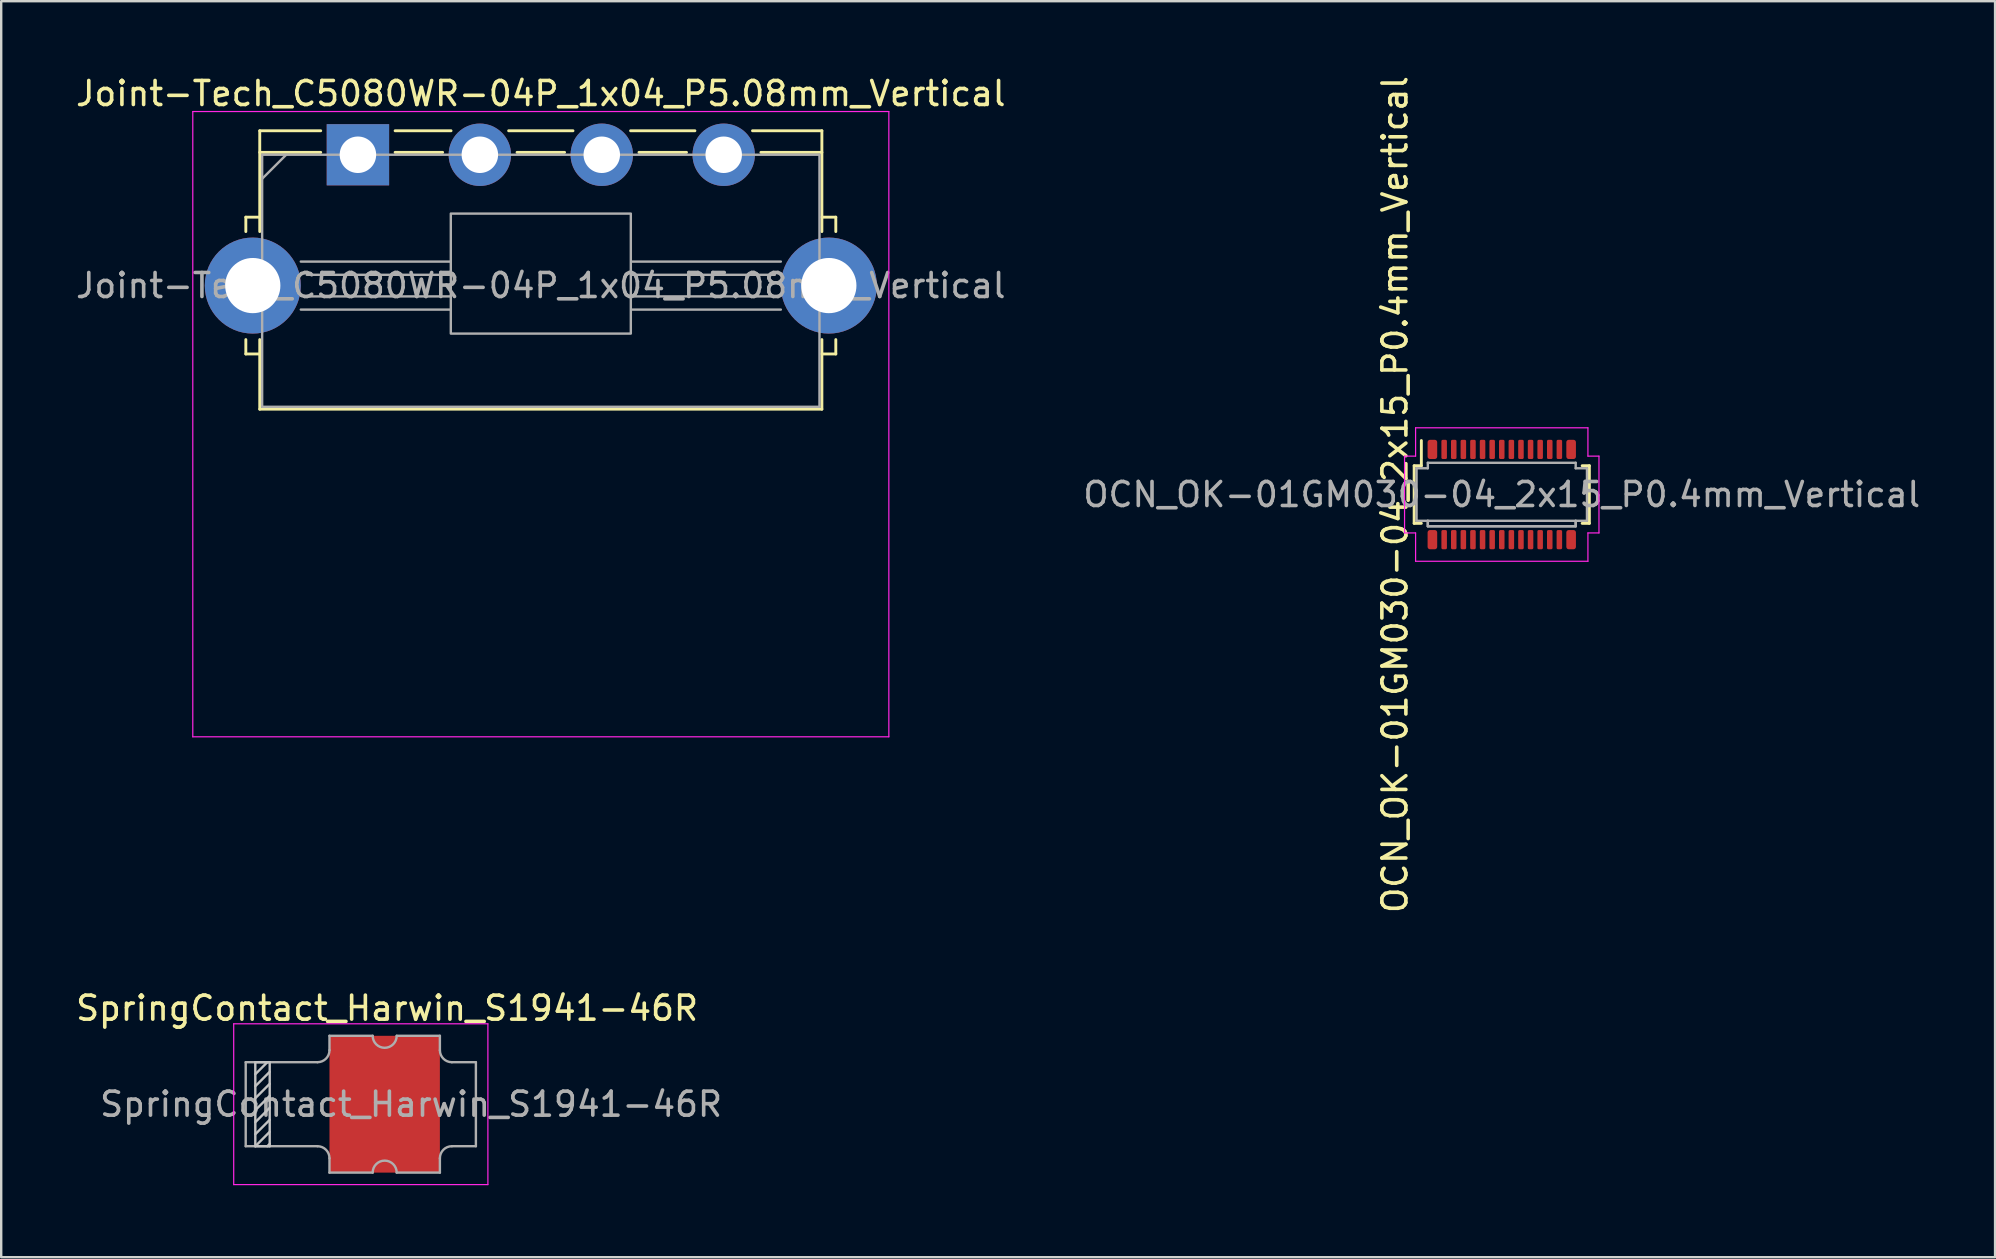
<source format=kicad_pcb>
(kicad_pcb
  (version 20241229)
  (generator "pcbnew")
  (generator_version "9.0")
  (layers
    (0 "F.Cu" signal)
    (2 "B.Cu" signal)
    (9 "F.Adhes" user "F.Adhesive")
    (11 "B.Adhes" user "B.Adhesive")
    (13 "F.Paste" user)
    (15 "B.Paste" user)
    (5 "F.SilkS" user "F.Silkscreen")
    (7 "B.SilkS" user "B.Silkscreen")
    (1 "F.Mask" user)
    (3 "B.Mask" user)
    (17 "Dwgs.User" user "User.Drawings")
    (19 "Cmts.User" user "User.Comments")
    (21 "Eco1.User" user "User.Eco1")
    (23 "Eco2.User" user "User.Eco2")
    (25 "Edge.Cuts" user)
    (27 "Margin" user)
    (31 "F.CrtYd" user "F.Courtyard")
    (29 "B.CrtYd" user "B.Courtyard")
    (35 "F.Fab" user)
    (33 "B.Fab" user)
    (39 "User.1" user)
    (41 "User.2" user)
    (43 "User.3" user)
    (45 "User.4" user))
  (footprint "OCN_OK-01GM030-04_2x15_P0.4mm_Vertical"
    (layer "F.Cu")
    (at 59.518 17.554)
    (property "Reference" "OCN_OK-01GM030-04_2x15_P0.4mm_Vertical" (at -4.45 0 90) (unlocked yes) (layer "F.SilkS") (effects (font (size 1 1) (thickness 0.15))))
    (attr smd)
    (fp_line (start -3.65 -1.2) (end -3.65 1.2) (stroke (width 0.12) (type default)) (layer "F.SilkS"))
    (fp_line (start -3.65 -1.2) (end -3.35 -1.2) (stroke (width 0.12) (type default)) (layer "F.SilkS"))
    (fp_line (start -3.65 1.2) (end -3.35 1.2) (stroke (width 0.12) (type default)) (layer "F.SilkS"))
    (fp_line (start -3.35 -1.2) (end -3.35 -2.25) (stroke (width 0.12) (type default)) (layer "F.SilkS"))
    (fp_line (start 3.65 -1.2) (end 3.35 -1.2) (stroke (width 0.12) (type default)) (layer "F.SilkS"))
    (fp_line (start 3.65 1.2) (end 3.35 1.2) (stroke (width 0.12) (type default)) (layer "F.SilkS"))
    (fp_line (start 3.65 1.2) (end 3.65 -1.2) (stroke (width 0.12) (type default)) (layer "F.SilkS"))
    (fp_line (start -4.05 -1.6) (end -3.59 -1.6) (stroke (width 0.05) (type default)) (layer "F.CrtYd"))
    (fp_line (start -4.05 1.6) (end -4.05 -1.6) (stroke (width 0.05) (type default)) (layer "F.CrtYd"))
    (fp_line (start -3.59 -2.78) (end 3.59 -2.78) (stroke (width 0.05) (type default)) (layer "F.CrtYd"))
    (fp_line (start -3.59 -1.6) (end -3.59 -2.78) (stroke (width 0.05) (type default)) (layer "F.CrtYd"))
    (fp_line (start -3.59 1.6) (end -4.05 1.6) (stroke (width 0.05) (type default)) (layer "F.CrtYd"))
    (fp_line (start -3.59 2.78) (end -3.59 1.6) (stroke (width 0.05) (type default)) (layer "F.CrtYd"))
    (fp_line (start 3.59 -2.78) (end 3.59 -1.6) (stroke (width 0.05) (type default)) (layer "F.CrtYd"))
    (fp_line (start 3.59 -1.6) (end 4.05 -1.6) (stroke (width 0.05) (type default)) (layer "F.CrtYd"))
    (fp_line (start 3.59 1.6) (end 3.59 2.78) (stroke (width 0.05) (type default)) (layer "F.CrtYd"))
    (fp_line (start 3.59 2.78) (end -3.59 2.78) (stroke (width 0.05) (type default)) (layer "F.CrtYd"))
    (fp_line (start 4.05 -1.6) (end 4.05 1.6) (stroke (width 0.05) (type default)) (layer "F.CrtYd"))
    (fp_line (start 4.05 1.6) (end 3.59 1.6) (stroke (width 0.05) (type default)) (layer "F.CrtYd"))
    (fp_line (start -3.55 -1.095) (end -3.08 -1.095) (stroke (width 0.1) (type default)) (layer "F.Fab"))
    (fp_line (start -3.55 1.095) (end -3.55 -1.095) (stroke (width 0.1) (type default)) (layer "F.Fab"))
    (fp_line (start -3.08 -1.323) (end 3.08 -1.323) (stroke (width 0.1) (type default)) (layer "F.Fab"))
    (fp_line (start -3.08 -1.095) (end -3.08 -1.323) (stroke (width 0.1) (type default)) (layer "F.Fab"))
    (fp_line (start -3.08 1.095) (end -3.55 1.095) (stroke (width 0.1) (type default)) (layer "F.Fab"))
    (fp_line (start -3.08 1.323) (end -3.08 1.095) (stroke (width 0.1) (type default)) (layer "F.Fab"))
    (fp_line (start 3.08 -1.323) (end 3.08 -1.095) (stroke (width 0.1) (type default)) (layer "F.Fab"))
    (fp_line (start 3.08 -1.095) (end 3.55 -1.095) (stroke (width 0.1) (type default)) (layer "F.Fab"))
    (fp_line (start 3.08 1.095) (end 3.08 1.323) (stroke (width 0.1) (type default)) (layer "F.Fab"))
    (fp_line (start 3.08 1.323) (end -3.08 1.323) (stroke (width 0.1) (type default)) (layer "F.Fab"))
    (fp_line (start 3.55 -1.095) (end 3.55 1.095) (stroke (width 0.1) (type default)) (layer "F.Fab"))
    (fp_line (start 3.55 1.095) (end 3.08 1.095) (stroke (width 0.1) (type default)) (layer "F.Fab"))
    (fp_rect (start -3.08 1.323) (end 3.08 1.095) (stroke (width 0.1) (type default)) (fill no) (layer "F.Fab"))
    (fp_text user "${REFERENCE}" (at 0 0 0) (unlocked yes) (layer "F.Fab") (effects (font (size 1 1) (thickness 0.15))))
    (pad "1" smd roundrect (at -2.89 -1.88) (size 0.4 0.8) (layers "F.Cu" "F.Mask" "F.Paste") (roundrect_rratio 0.25))
    (pad "2" smd roundrect (at -2.4 -1.88) (size 0.23 0.8) (layers "F.Cu" "F.Mask" "F.Paste") (roundrect_rratio 0.25))
    (pad "3" smd roundrect (at -2 -1.88) (size 0.23 0.8) (layers "F.Cu" "F.Mask" "F.Paste") (roundrect_rratio 0.25))
    (pad "4" smd roundrect (at -1.6 -1.88) (size 0.23 0.8) (layers "F.Cu" "F.Mask" "F.Paste") (roundrect_rratio 0.25))
    (pad "5" smd roundrect (at -1.2 -1.88) (size 0.23 0.8) (layers "F.Cu" "F.Mask" "F.Paste") (roundrect_rratio 0.25))
    (pad "6" smd roundrect (at -0.8 -1.88) (size 0.23 0.8) (layers "F.Cu" "F.Mask" "F.Paste") (roundrect_rratio 0.25))
    (pad "7" smd roundrect (at -0.4 -1.88) (size 0.23 0.8) (layers "F.Cu" "F.Mask" "F.Paste") (roundrect_rratio 0.25))
    (pad "8" smd roundrect (at 0 -1.88) (size 0.23 0.8) (layers "F.Cu" "F.Mask" "F.Paste") (roundrect_rratio 0.25))
    (pad "9" smd roundrect (at 0.4 -1.88) (size 0.23 0.8) (layers "F.Cu" "F.Mask" "F.Paste") (roundrect_rratio 0.25))
    (pad "10" smd roundrect (at 0.8 -1.88) (size 0.23 0.8) (layers "F.Cu" "F.Mask" "F.Paste") (roundrect_rratio 0.25))
    (pad "11" smd roundrect (at 1.2 -1.88) (size 0.23 0.8) (layers "F.Cu" "F.Mask" "F.Paste") (roundrect_rratio 0.25))
    (pad "12" smd roundrect (at 1.6 -1.88) (size 0.23 0.8) (layers "F.Cu" "F.Mask" "F.Paste") (roundrect_rratio 0.25))
    (pad "13" smd roundrect (at 2 -1.88) (size 0.23 0.8) (layers "F.Cu" "F.Mask" "F.Paste") (roundrect_rratio 0.25))
    (pad "14" smd roundrect (at 2.4 -1.88) (size 0.23 0.8) (layers "F.Cu" "F.Mask" "F.Paste") (roundrect_rratio 0.25))
    (pad "15" smd roundrect (at 2.89 -1.88) (size 0.4 0.8) (layers "F.Cu" "F.Mask" "F.Paste") (roundrect_rratio 0.25))
    (pad "16" smd roundrect (at 2.89 1.88) (size 0.4 0.8) (layers "F.Cu" "F.Mask" "F.Paste") (roundrect_rratio 0.25))
    (pad "17" smd roundrect (at 2.4 1.88) (size 0.23 0.8) (layers "F.Cu" "F.Mask" "F.Paste") (roundrect_rratio 0.25))
    (pad "18" smd roundrect (at 2 1.88) (size 0.23 0.8) (layers "F.Cu" "F.Mask" "F.Paste") (roundrect_rratio 0.25))
    (pad "19" smd roundrect (at 1.6 1.88) (size 0.23 0.8) (layers "F.Cu" "F.Mask" "F.Paste") (roundrect_rratio 0.25))
    (pad "20" smd roundrect (at 1.2 1.88) (size 0.23 0.8) (layers "F.Cu" "F.Mask" "F.Paste") (roundrect_rratio 0.25))
    (pad "21" smd roundrect (at 0.8 1.88) (size 0.23 0.8) (layers "F.Cu" "F.Mask" "F.Paste") (roundrect_rratio 0.25))
    (pad "22" smd roundrect (at 0.4 1.88) (size 0.23 0.8) (layers "F.Cu" "F.Mask" "F.Paste") (roundrect_rratio 0.25))
    (pad "23" smd roundrect (at 0 1.88) (size 0.23 0.8) (layers "F.Cu" "F.Mask" "F.Paste") (roundrect_rratio 0.25))
    (pad "24" smd roundrect (at -0.4 1.88) (size 0.23 0.8) (layers "F.Cu" "F.Mask" "F.Paste") (roundrect_rratio 0.25))
    (pad "25" smd roundrect (at -0.8 1.88) (size 0.23 0.8) (layers "F.Cu" "F.Mask" "F.Paste") (roundrect_rratio 0.25))
    (pad "26" smd roundrect (at -1.2 1.88) (size 0.23 0.8) (layers "F.Cu" "F.Mask" "F.Paste") (roundrect_rratio 0.25))
    (pad "27" smd roundrect (at -1.6 1.88) (size 0.23 0.8) (layers "F.Cu" "F.Mask" "F.Paste") (roundrect_rratio 0.25))
    (pad "28" smd roundrect (at -2 1.88) (size 0.23 0.8) (layers "F.Cu" "F.Mask" "F.Paste") (roundrect_rratio 0.25))
    (pad "29" smd roundrect (at -2.4 1.88) (size 0.23 0.8) (layers "F.Cu" "F.Mask" "F.Paste") (roundrect_rratio 0.25))
    (pad "30" smd roundrect (at -2.89 1.88) (size 0.4 0.8) (layers "F.Cu" "F.Mask" "F.Paste") (roundrect_rratio 0.25)))
  (footprint "Joint-Tech_C5080WR-04P_1x04_P5.08mm_Vertical"
    (layer "F.Cu")
    (at 11.862 3.398)
    (property "Reference" "Joint-Tech_C5080WR-04P_1x04_P5.08mm_Vertical" (at 7.62 -2.55 180) (layer "F.SilkS") (effects (font (size 1 1) (thickness 0.15))))
    (attr through_hole)
    (fp_line (start -4.67 2.6) (end -4.67 3.2) (stroke (width 0.12) (type solid)) (layer "F.SilkS"))
    (fp_line (start -4.67 2.6) (end -4.09 2.6) (stroke (width 0.12) (type solid)) (layer "F.SilkS"))
    (fp_line (start -4.67 8.3) (end -4.67 7.7) (stroke (width 0.12) (type solid)) (layer "F.SilkS"))
    (fp_line (start -4.67 8.3) (end -4.09 8.3) (stroke (width 0.12) (type solid)) (layer "F.SilkS"))
    (fp_line (start -4.09 -1) (end -4.09 3.2) (stroke (width 0.12) (type solid)) (layer "F.SilkS"))
    (fp_line (start -4.09 10.6) (end -4.09 7.7) (stroke (width 0.12) (type solid)) (layer "F.SilkS"))
    (fp_line (start -1.55 -1) (end -4.09 -1) (stroke (width 0.12) (type solid)) (layer "F.SilkS"))
    (fp_line (start -1.55 -0.1) (end -4.09 -0.1) (stroke (width 0.12) (type solid)) (layer "F.SilkS"))
    (fp_line (start 1.55 -1) (end 3.88 -1) (stroke (width 0.12) (type solid)) (layer "F.SilkS"))
    (fp_line (start 3.53 -0.1) (end 1.55 -0.1) (stroke (width 0.12) (type solid)) (layer "F.SilkS"))
    (fp_line (start 6.28 -1) (end 8.96 -1) (stroke (width 0.12) (type solid)) (layer "F.SilkS"))
    (fp_line (start 8.61 -0.1) (end 6.63 -0.1) (stroke (width 0.12) (type solid)) (layer "F.SilkS"))
    (fp_line (start 11.36 -1) (end 14.04 -1) (stroke (width 0.12) (type solid)) (layer "F.SilkS"))
    (fp_line (start 13.69 -0.1) (end 11.71 -0.1) (stroke (width 0.12) (type solid)) (layer "F.SilkS"))
    (fp_line (start 19.33 -1) (end 16.44 -1) (stroke (width 0.12) (type solid)) (layer "F.SilkS"))
    (fp_line (start 19.33 -1) (end 19.33 3.2) (stroke (width 0.12) (type solid)) (layer "F.SilkS"))
    (fp_line (start 19.33 -0.1) (end 16.79 -0.1) (stroke (width 0.12) (type solid)) (layer "F.SilkS"))
    (fp_line (start 19.33 10.6) (end -4.09 10.6) (stroke (width 0.12) (type solid)) (layer "F.SilkS"))
    (fp_line (start 19.33 10.6) (end 19.33 7.7) (stroke (width 0.12) (type solid)) (layer "F.SilkS"))
    (fp_line (start 19.91 2.6) (end 19.33 2.6) (stroke (width 0.12) (type solid)) (layer "F.SilkS"))
    (fp_line (start 19.91 2.6) (end 19.91 3.2) (stroke (width 0.12) (type solid)) (layer "F.SilkS"))
    (fp_line (start 19.91 8.3) (end 19.33 8.3) (stroke (width 0.12) (type solid)) (layer "F.SilkS"))
    (fp_line (start 19.91 8.3) (end 19.91 7.7) (stroke (width 0.12) (type solid)) (layer "F.SilkS"))
    (fp_line (start -6.88 -1.8) (end -6.88 24.25) (stroke (width 0.05) (type solid)) (layer "F.CrtYd"))
    (fp_line (start -6.88 24.25) (end 22.12 24.25) (stroke (width 0.05) (type solid)) (layer "F.CrtYd"))
    (fp_line (start 22.12 -1.8) (end -6.88 -1.8) (stroke (width 0.05) (type solid)) (layer "F.CrtYd"))
    (fp_line (start 22.12 24.25) (end 22.12 -1.8) (stroke (width 0.05) (type solid)) (layer "F.CrtYd"))
    (fp_line (start -3.99 0) (end -3.99 10.5) (stroke (width 0.1) (type solid)) (layer "F.Fab"))
    (fp_line (start -3.99 10.5) (end 19.23 10.5) (stroke (width 0.1) (type solid)) (layer "F.Fab"))
    (fp_line (start -2.99 0) (end -3.99 1) (stroke (width 0.1) (type default)) (layer "F.Fab"))
    (fp_line (start -2.38 6.45) (end 3.84 6.45) (stroke (width 0.1) (type solid)) (layer "F.Fab"))
    (fp_line (start -2.13 5) (end 3.84 5) (stroke (width 0.1) (type solid)) (layer "F.Fab"))
    (fp_line (start 3.84 4.45) (end -2.38 4.45) (stroke (width 0.1) (type solid)) (layer "F.Fab"))
    (fp_line (start 3.84 5.9) (end -2.13 5.9) (stroke (width 0.1) (type solid)) (layer "F.Fab"))
    (fp_line (start 11.39 4.45) (end 17.62 4.45) (stroke (width 0.1) (type solid)) (layer "F.Fab"))
    (fp_line (start 11.39 5.9) (end 17.37 5.9) (stroke (width 0.1) (type solid)) (layer "F.Fab"))
    (fp_line (start 17.37 5) (end 11.39 5) (stroke (width 0.1) (type solid)) (layer "F.Fab"))
    (fp_line (start 17.62 6.45) (end 11.39 6.45) (stroke (width 0.1) (type solid)) (layer "F.Fab"))
    (fp_line (start 19.23 0) (end -3.99 0) (stroke (width 0.1) (type solid)) (layer "F.Fab"))
    (fp_line (start 19.23 10.5) (end 19.23 0) (stroke (width 0.1) (type solid)) (layer "F.Fab"))
    (fp_rect (start 3.87 2.45) (end 11.37 7.45) (stroke (width 0.1) (type default)) (fill no) (layer "F.Fab"))
    (fp_text user "${REFERENCE}" (at 7.62 5.45 180) (layer "F.Fab") (effects (font (size 1 1) (thickness 0.15))))
    (pad "1" thru_hole rect (at 0 0 180) (size 2.6 2.55) (drill 1.52) (layers "*.Cu" "*.Mask"))
    (pad "2" thru_hole circle (at 5.08 0 180) (size 2.6 2.6) (drill 1.52) (layers "*.Cu" "*.Mask"))
    (pad "3" thru_hole circle (at 10.16 0 180) (size 2.6 2.6) (drill 1.52) (layers "*.Cu" "*.Mask"))
    (pad "4" thru_hole circle (at 15.24 0 180) (size 2.6 2.6) (drill 1.52) (layers "*.Cu" "*.Mask"))
    (pad "5" thru_hole circle (at -4.38 5.45 180) (size 4 4) (drill 2.3) (layers "*.Cu" "*.Mask"))
    (pad "5" thru_hole circle (at 19.62 5.45 180) (size 4 4) (drill 2.3) (layers "*.Cu" "*.Mask")))
  (footprint "SpringContact_Harwin_S1941-46R"
    (layer "F.Cu")
    (at 14.077 42.955)
    (property "Reference" "SpringContact_Harwin_S1941-46R" (at -1 -4 0) (layer "F.SilkS") (effects (font (size 1 1) (thickness 0.15))))
    (attr smd)
    (fp_line (start -6.49 -1.75) (end -6.49 1.75) (stroke (width 0.1) (type solid)) (layer "Dwgs.User"))
    (fp_line (start -6.49 -0.75) (end -5.89 -1.35) (stroke (width 0.1) (type solid)) (layer "Dwgs.User"))
    (fp_line (start -6.49 0.25) (end -5.89 -0.35) (stroke (width 0.1) (type solid)) (layer "Dwgs.User"))
    (fp_line (start -6.49 1.25) (end -5.89 0.65) (stroke (width 0.1) (type solid)) (layer "Dwgs.User"))
    (fp_line (start -6.49 1.75) (end -5.89 1.75) (stroke (width 0.1) (type solid)) (layer "Dwgs.User"))
    (fp_line (start -5.99 -1.75) (end -6.49 -1.25) (stroke (width 0.1) (type solid)) (layer "Dwgs.User"))
    (fp_line (start -5.89 -1.75) (end -6.49 -1.75) (stroke (width 0.1) (type solid)) (layer "Dwgs.User"))
    (fp_line (start -5.89 -0.85) (end -6.49 -0.25) (stroke (width 0.1) (type solid)) (layer "Dwgs.User"))
    (fp_line (start -5.89 0.15) (end -6.49 0.75) (stroke (width 0.1) (type solid)) (layer "Dwgs.User"))
    (fp_line (start -5.89 1.15) (end -6.49 1.75) (stroke (width 0.1) (type solid)) (layer "Dwgs.User"))
    (fp_line (start -5.89 1.65) (end -5.99 1.75) (stroke (width 0.1) (type solid)) (layer "Dwgs.User"))
    (fp_line (start -5.89 1.75) (end -5.89 -1.75) (stroke (width 0.1) (type solid)) (layer "Dwgs.User"))
    (fp_line (start -7.39 -3.35) (end 3.2 -3.35) (stroke (width 0.05) (type solid)) (layer "F.CrtYd"))
    (fp_line (start -7.39 3.35) (end -7.39 -3.35) (stroke (width 0.05) (type solid)) (layer "F.CrtYd"))
    (fp_line (start 3.2 -3.35) (end 3.2 3.35) (stroke (width 0.05) (type solid)) (layer "F.CrtYd"))
    (fp_line (start 3.2 3.35) (end -7.39 3.35) (stroke (width 0.05) (type solid)) (layer "F.CrtYd"))
    (fp_line (start -6.89 -1.75) (end -3.9 -1.75) (stroke (width 0.1) (type solid)) (layer "F.Fab"))
    (fp_line (start -6.89 1.75) (end -6.89 -1.75) (stroke (width 0.1) (type solid)) (layer "F.Fab"))
    (fp_line (start -6.89 1.75) (end -3.9 1.75) (stroke (width 0.1) (type solid)) (layer "F.Fab"))
    (fp_line (start -3.4 -2.25) (end -3.4 -2.85) (stroke (width 0.1) (type solid)) (layer "F.Fab"))
    (fp_line (start -3.4 2.25) (end -3.4 2.85) (stroke (width 0.1) (type solid)) (layer "F.Fab"))
    (fp_line (start -1.6 -2.85) (end -3.4 -2.85) (stroke (width 0.1) (type solid)) (layer "F.Fab"))
    (fp_line (start -1.6 2.85) (end -3.4 2.85) (stroke (width 0.1) (type solid)) (layer "F.Fab"))
    (fp_line (start -0.6 -2.85) (end 1.2 -2.85) (stroke (width 0.1) (type solid)) (layer "F.Fab"))
    (fp_line (start -0.6 2.85) (end 1.2 2.85) (stroke (width 0.1) (type solid)) (layer "F.Fab"))
    (fp_line (start 1.2 -2.25) (end 1.2 -2.85) (stroke (width 0.1) (type solid)) (layer "F.Fab"))
    (fp_line (start 1.2 2.25) (end 1.2 2.85) (stroke (width 0.1) (type solid)) (layer "F.Fab"))
    (fp_line (start 1.7 -1.75) (end 2.7 -1.75) (stroke (width 0.1) (type solid)) (layer "F.Fab"))
    (fp_line (start 1.7 1.75) (end 2.7 1.75) (stroke (width 0.1) (type solid)) (layer "F.Fab"))
    (fp_line (start 2.7 -1.75) (end 2.7 1.75) (stroke (width 0.1) (type solid)) (layer "F.Fab"))
    (fp_arc (start -3.9 1.75) (mid -3.546447 1.896447) (end -3.4 2.25) (stroke (width 0.1) (type solid)) (layer "F.Fab"))
    (fp_arc (start -3.4 -2.25) (mid -3.546447 -1.896447) (end -3.9 -1.75) (stroke (width 0.1) (type solid)) (layer "F.Fab"))
    (fp_arc (start -1.6 2.85) (mid -1.1 2.35) (end -0.6 2.85) (stroke (width 0.1) (type solid)) (layer "F.Fab"))
    (fp_arc (start -0.6 -2.85) (mid -1.1 -2.35) (end -1.6 -2.85) (stroke (width 0.1) (type solid)) (layer "F.Fab"))
    (fp_arc (start 1.2 2.25) (mid 1.346447 1.896447) (end 1.7 1.75) (stroke (width 0.1) (type solid)) (layer "F.Fab"))
    (fp_arc (start 1.7 -1.75) (mid 1.346447 -1.896447) (end 1.2 -2.25) (stroke (width 0.1) (type solid)) (layer "F.Fab"))
    (fp_text user "${REFERENCE}" (at 0 0 0) (layer "F.Fab") (effects (font (size 1 1) (thickness 0.15))))
    (pad "1" smd rect (at -1.1 0) (size 4.6 5.7) (layers "F.Cu" "F.Mask" "F.Paste")))
  (gr_rect
    (start -3 -3)
    (end 80.071 49.33)
    (stroke (width 0.1) (type default))
    (fill no)
    (layer "Edge.Cuts")))
</source>
